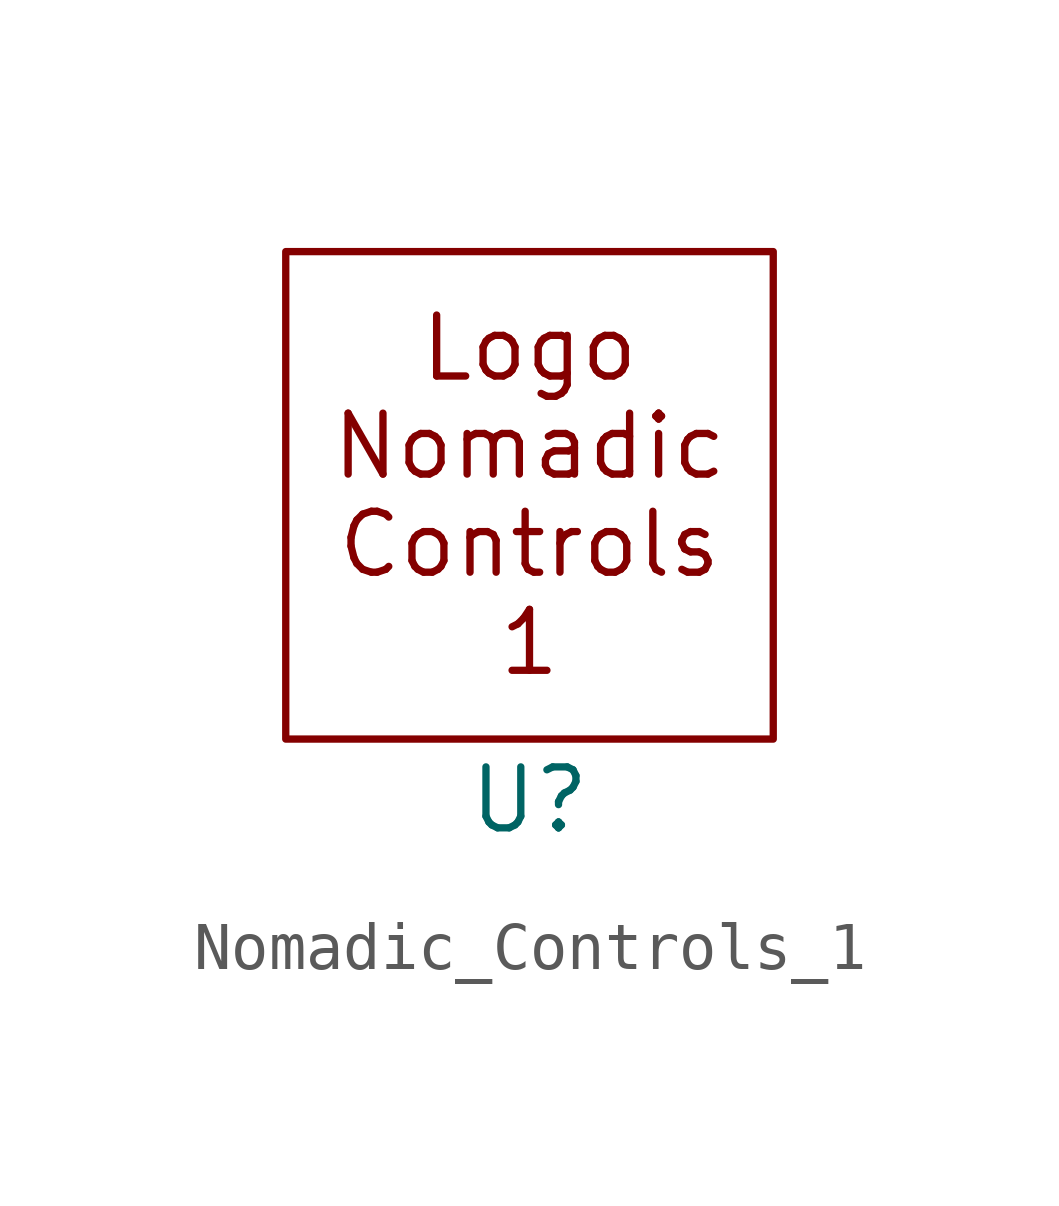
<source format=kicad_sym>
(kicad_symbol_lib
  (version 20231120)
  (generator "kicad_symbol_editor")
  (generator_version "8.0")
  (symbol "Nomadic_Controls_1"
    (property "Reference" "U"
      (at 0 0 0)
      (effects (font (size 1.27 1.27))))
    (property "Value" ""
      (at 0 0 0)
      (effects (font (size 1.27 1.27))))
    (symbol "Nomadic_Controls_1_0_1"
      (rectangle (start -5.08 11.43) (end 5.08 1.27) (stroke (width 0) (type default)) (fill (type none))))
    (symbol "Nomadic_Controls_1_1_1"
      (text "Logo\nNomadic\nControls\n1" (at 0 6.35 0) (effects (font (size 1.27 1.27)))))))
</source>
